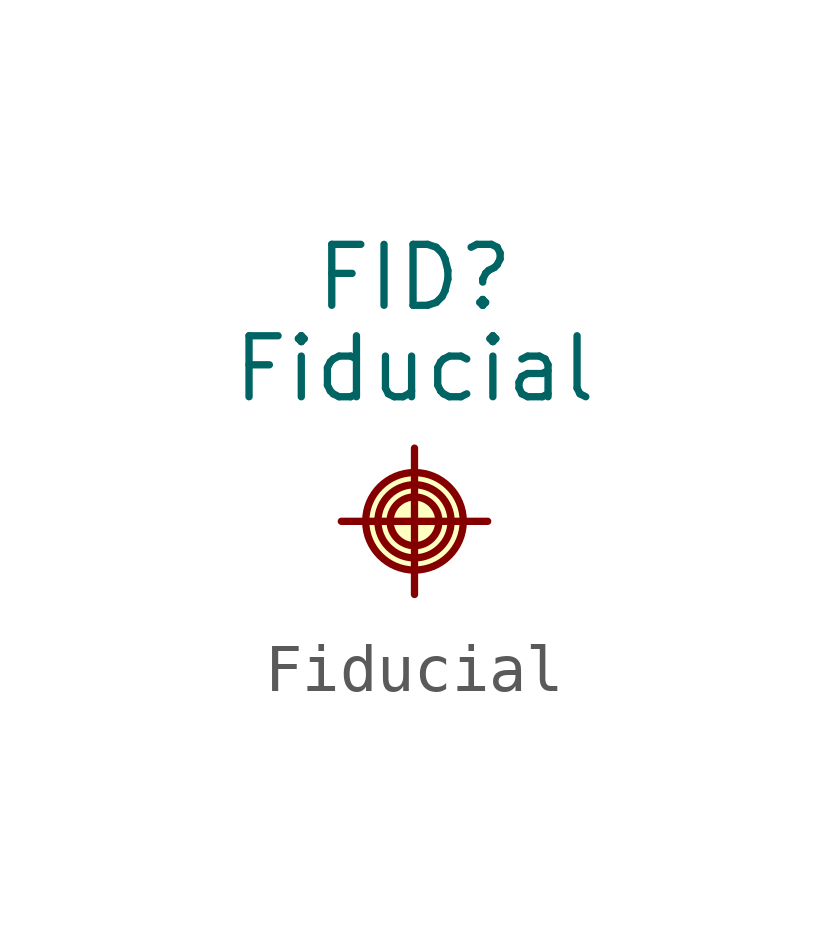
<source format=kicad_sym>
(kicad_symbol_lib
  (version 20231120)
  (generator "kicad_symbol_editor")
  (generator_version "8.0")
  (symbol "Fiducial"
    (property "Reference" "FID"
      (at 0 5.08 0)
      (effects (font (size 1.27 1.27))))
    (property "Value" "Fiducial"
      (at 0 3.175 0)
      (effects (font (size 1.27 1.27))))
    (symbol "Fiducial_0_1"
      (polyline (pts (xy -1.524 0) (xy 1.524 0)) (stroke (width 0) (type solid)) (fill (type none)))
      (polyline (pts (xy 0 1.524) (xy 0 -1.524)) (stroke (width 0) (type solid)) (fill (type none)))
      (circle (center 0 0) (radius 0.508) (stroke (width 0) (type solid)) (fill (type background)))
      (circle (center 0 0) (radius 0.762) (stroke (width 0) (type solid)) (fill (type background)))
      (circle (center 0 0) (radius 1.016) (stroke (width 0) (type solid)) (fill (type background))))))
</source>
